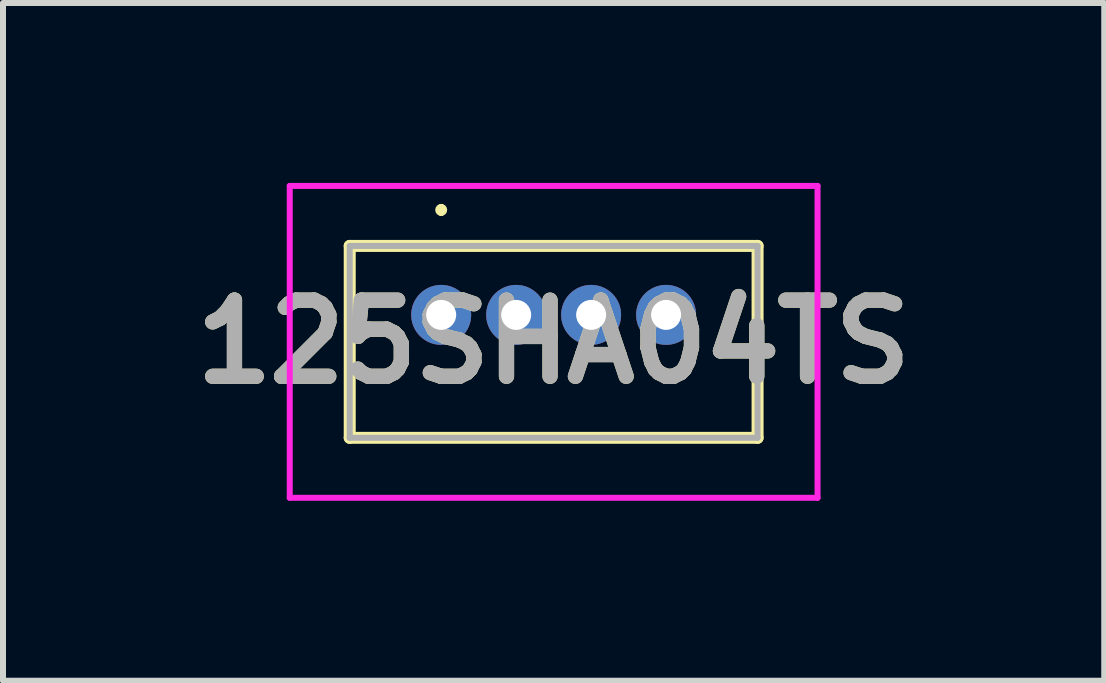
<source format=kicad_pcb>
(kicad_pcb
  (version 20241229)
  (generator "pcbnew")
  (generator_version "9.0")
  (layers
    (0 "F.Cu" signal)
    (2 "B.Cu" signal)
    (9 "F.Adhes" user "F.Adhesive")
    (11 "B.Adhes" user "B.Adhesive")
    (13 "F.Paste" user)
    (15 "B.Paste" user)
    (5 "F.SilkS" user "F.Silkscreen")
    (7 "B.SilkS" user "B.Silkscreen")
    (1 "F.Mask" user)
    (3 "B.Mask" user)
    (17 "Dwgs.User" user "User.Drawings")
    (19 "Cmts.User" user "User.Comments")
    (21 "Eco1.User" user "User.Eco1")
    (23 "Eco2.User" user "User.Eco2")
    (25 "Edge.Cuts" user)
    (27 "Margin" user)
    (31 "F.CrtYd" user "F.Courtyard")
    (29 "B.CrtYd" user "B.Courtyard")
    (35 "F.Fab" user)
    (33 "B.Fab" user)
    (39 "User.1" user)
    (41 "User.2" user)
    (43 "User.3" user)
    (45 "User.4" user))
  (footprint "125SHA04TS"
    (layer "F.Cu")
    (at 4.306 2.2)
    (property "Reference" "125SHA04TS" (at 1.875 0.45 0) (layer "F.SilkS") (effects (font (size 1.27 1.27) (thickness 0.254))))
    (attr through_hole)
    (fp_line (start -1.525 -1.15) (end 5.275 -1.15) (stroke (width 0.2) (type solid)) (layer "F.SilkS"))
    (fp_line (start -1.525 2.05) (end -1.525 -1.15) (stroke (width 0.2) (type solid)) (layer "F.SilkS"))
    (fp_line (start 0 -1.8) (end 0 -1.8) (stroke (width 0.1) (type solid)) (layer "F.SilkS"))
    (fp_line (start 0 -1.7) (end 0 -1.7) (stroke (width 0.1) (type solid)) (layer "F.SilkS"))
    (fp_line (start 5.275 -1.15) (end 5.275 2.05) (stroke (width 0.2) (type solid)) (layer "F.SilkS"))
    (fp_line (start 5.275 2.05) (end -1.525 2.05) (stroke (width 0.2) (type solid)) (layer "F.SilkS"))
    (fp_arc (start 0 -1.8) (mid 0.05 -1.75) (end 0 -1.7) (stroke (width 0.1) (type solid)) (layer "F.SilkS"))
    (fp_arc (start 0 -1.7) (mid -0.05 -1.75) (end 0 -1.8) (stroke (width 0.1) (type solid)) (layer "F.SilkS"))
    (fp_line (start -2.525 -2.15) (end 6.275 -2.15) (stroke (width 0.1) (type solid)) (layer "F.CrtYd"))
    (fp_line (start -2.525 3.05) (end -2.525 -2.15) (stroke (width 0.1) (type solid)) (layer "F.CrtYd"))
    (fp_line (start 6.275 -2.15) (end 6.275 3.05) (stroke (width 0.1) (type solid)) (layer "F.CrtYd"))
    (fp_line (start 6.275 3.05) (end -2.525 3.05) (stroke (width 0.1) (type solid)) (layer "F.CrtYd"))
    (fp_line (start -1.525 -1.15) (end 5.275 -1.15) (stroke (width 0.1) (type solid)) (layer "F.Fab"))
    (fp_line (start -1.525 2.05) (end -1.525 -1.15) (stroke (width 0.1) (type solid)) (layer "F.Fab"))
    (fp_line (start 5.275 -1.15) (end 5.275 2.05) (stroke (width 0.1) (type solid)) (layer "F.Fab"))
    (fp_line (start 5.275 2.05) (end -1.525 2.05) (stroke (width 0.1) (type solid)) (layer "F.Fab"))
    (fp_text user "${REFERENCE}" (at 1.875 0.45 0) (layer "F.Fab") (effects (font (size 1.27 1.27) (thickness 0.254))))
    (pad "1" thru_hole circle (at 0 0) (size 1 1) (drill 0.5) (layers "*.Cu" "*.Mask"))
    (pad "2" thru_hole circle (at 1.25 0) (size 1 1) (drill 0.5) (layers "*.Cu" "*.Mask"))
    (pad "3" thru_hole circle (at 2.5 0) (size 1 1) (drill 0.5) (layers "*.Cu" "*.Mask"))
    (pad "4" thru_hole circle (at 3.75 0) (size 1 1) (drill 0.5) (layers "*.Cu" "*.Mask")))
  (gr_rect
    (start -3 -3)
    (end 15.361 8.3)
    (stroke (width 0.1) (type default))
    (fill no)
    (layer "Edge.Cuts")))
</source>
